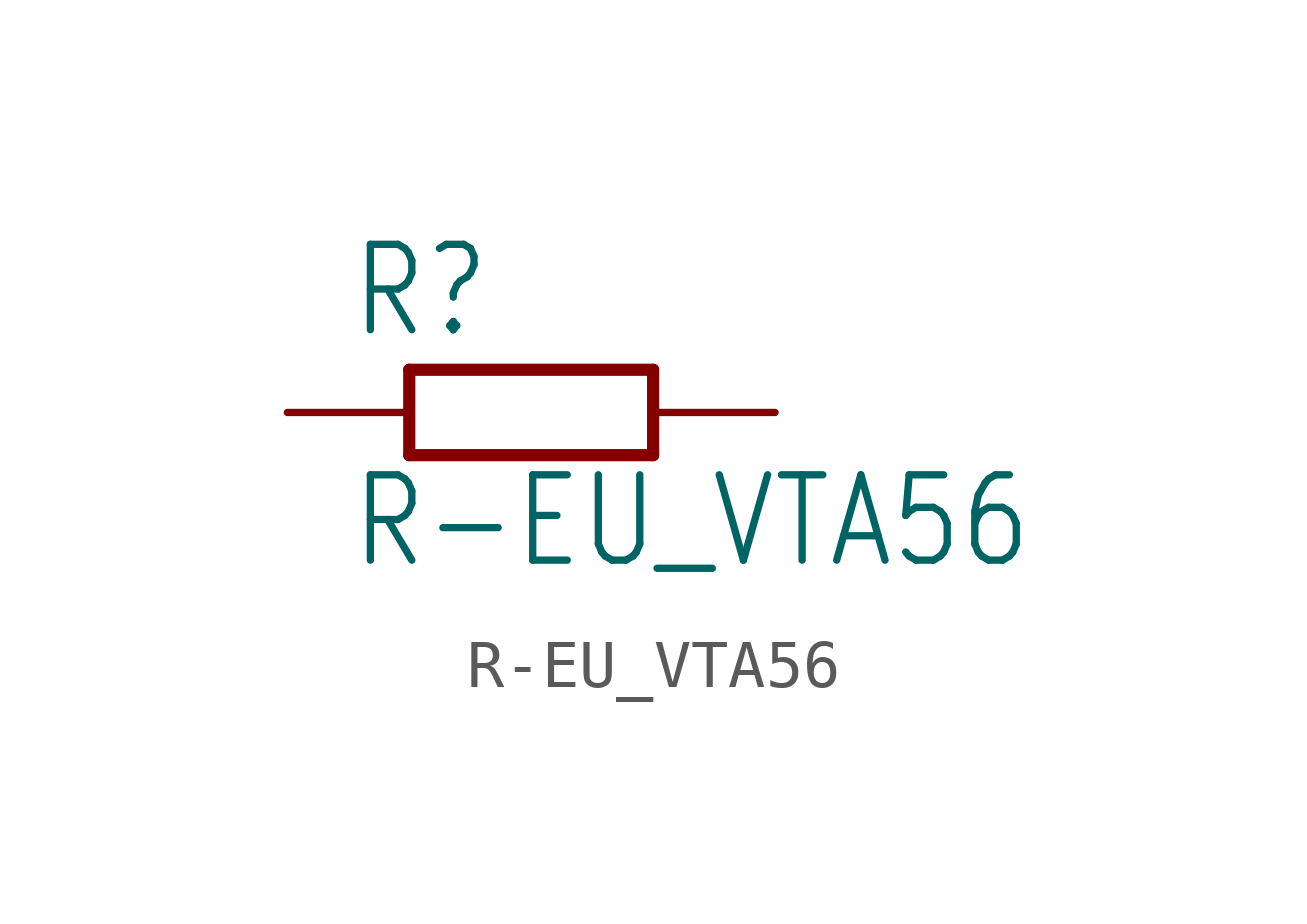
<source format=kicad_sym>
(kicad_symbol_lib
  (version 20210619)
  (generator kicad_symbol_editor)
  (symbol "R-EU_VTA56"
    (property "Reference" "R"
      (at -3.81 1.499 0)
      (effects (font (size 1.778 1.511)) (justify left bottom)))
    (property "Value" "R-EU_VTA56"
      (at -3.81 -3.302 0)
      (effects (font (size 1.778 1.511)) (justify left bottom)))
    (property "ki_locked" ""
      (at 0 0 0)
      (effects (font (size 1.27 1.27))))
    (symbol "R-EU_VTA56_1_0"
      (polyline (pts (xy -2.54 -0.889) (xy -2.54 0.889)) (stroke (width 0.254)) (fill (type none)))
      (polyline (pts (xy -2.54 -0.889) (xy 2.54 -0.889)) (stroke (width 0.254)) (fill (type none)))
      (polyline (pts (xy 2.54 -0.889) (xy 2.54 0.889)) (stroke (width 0.254)) (fill (type none)))
      (polyline (pts (xy 2.54 0.889) (xy -2.54 0.889)) (stroke (width 0.254)) (fill (type none)))
      (pin passive line (at -5.08 0 0) (length 2.54) (name "1" (effects (font (size 0 0)))) (number "1" (effects (font (size 0 0)))))
      (pin passive line (at 5.08 0 180) (length 2.54) (name "2" (effects (font (size 0 0)))) (number "2" (effects (font (size 0 0))))))))
</source>
